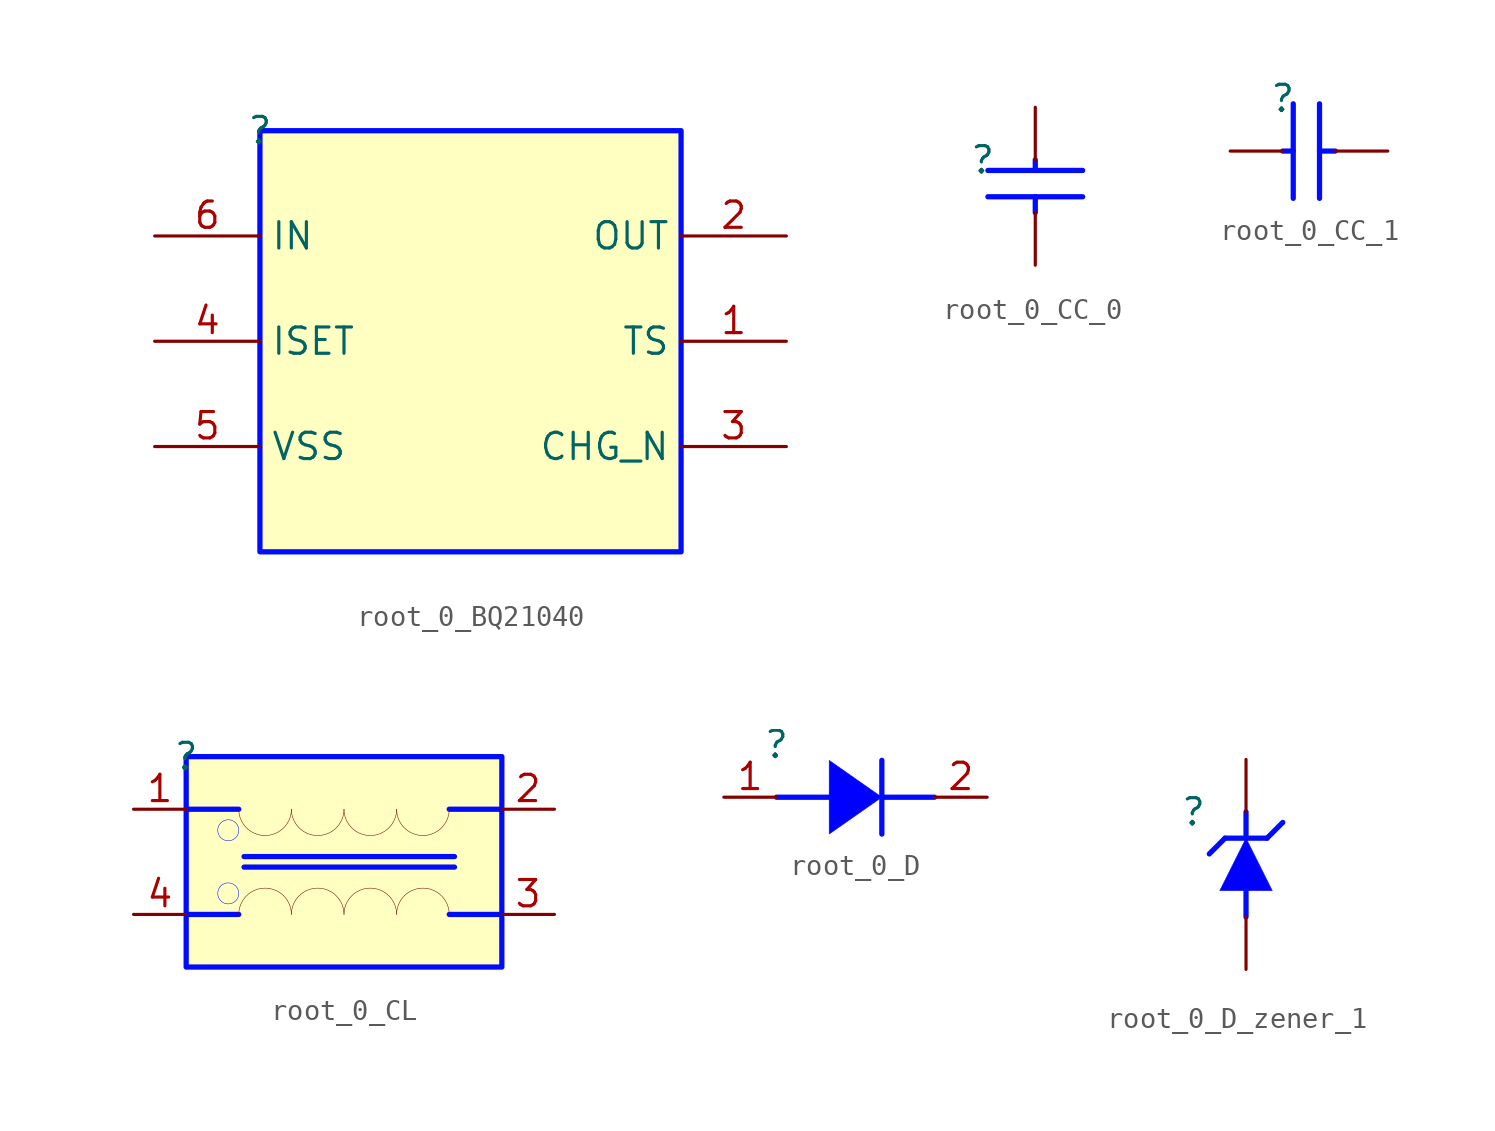
<source format=kicad_sym>
(kicad_symbol_lib
  (version 20231120)
  (generator "kicad_symbol_editor")
  (generator_version "8.0")
  (symbol "root_0_BQ21040"
    (property "Reference" ""
      (at 0 0 0)
      (effects (font (size 1.27 1.27))))
    (property "Value" ""
      (at 0 0 0)
      (effects (font (size 1.27 1.27))))
    (symbol "root_0_BQ21040_1_0"
      (rectangle (start 20.32 0) (end 0 -20.32) (stroke (width 0.254) (type solid) (color 0 11 255 1)) (fill (type background)))
      (pin input line (at 25.4 -10.16 180) (length 5.08) (name "TS" (effects (font (size 1.27 1.27)))) (number "1" (effects (font (size 1.27 1.27)))))
      (pin power_in line (at 25.4 -5.08 180) (length 5.08) (name "OUT" (effects (font (size 1.27 1.27)))) (number "2" (effects (font (size 1.27 1.27)))))
      (pin open_collector line (at 25.4 -15.24 180) (length 5.08) (name "CHG_N" (effects (font (size 1.27 1.27)))) (number "3" (effects (font (size 1.27 1.27)))))
      (pin input line (at -5.08 -10.16 0) (length 5.08) (name "ISET" (effects (font (size 1.27 1.27)))) (number "4" (effects (font (size 1.27 1.27)))))
      (pin power_in line (at -5.08 -15.24 0) (length 5.08) (name "VSS" (effects (font (size 1.27 1.27)))) (number "5" (effects (font (size 1.27 1.27)))))
      (pin power_in line (at -5.08 -5.08 0) (length 5.08) (name "IN" (effects (font (size 1.27 1.27)))) (number "6" (effects (font (size 1.27 1.27)))))))
  (symbol "root_0_CC_0"
    (property "Reference" ""
      (at 0 0 0)
      (effects (font (size 1.27 1.27))))
    (property "Value" ""
      (at 0 0 0)
      (effects (font (size 1.27 1.27))))
    (symbol "root_0_CC_0_1_0"
      (polyline (pts (xy 0.254 -1.778) (xy 4.826 -1.778)) (stroke (width 0.254) (type solid) (color 0 11 255 1)) (fill (type none)))
      (polyline (pts (xy 0.254 -0.508) (xy 4.826 -0.508)) (stroke (width 0.254) (type solid) (color 0 11 255 1)) (fill (type none)))
      (polyline (pts (xy 2.54 -2.54) (xy 2.54 -1.778)) (stroke (width 0.254) (type solid) (color 0 11 255 1)) (fill (type none)))
      (polyline (pts (xy 2.54 0) (xy 2.54 -0.508)) (stroke (width 0.254) (type solid) (color 0 11 255 1)) (fill (type none)))
      (pin passive line (at 2.54 2.54 270) (length 2.54) (name "1" (effects (font (size 0 0)))) (number "1" (effects (font (size 0 0)))))
      (pin passive line (at 2.54 -5.08 90) (length 2.54) (name "2" (effects (font (size 0 0)))) (number "2" (effects (font (size 0 0)))))))
  (symbol "root_0_CC_1"
    (property "Reference" ""
      (at 0 0 0)
      (effects (font (size 1.27 1.27))))
    (property "Value" ""
      (at 0 0 0)
      (effects (font (size 1.27 1.27))))
    (symbol "root_0_CC_1_1_0"
      (polyline (pts (xy 0 -2.54) (xy 0.508 -2.54)) (stroke (width 0.254) (type solid) (color 0 11 255 1)) (fill (type none)))
      (polyline (pts (xy 0.508 -0.254) (xy 0.508 -4.826)) (stroke (width 0.254) (type solid) (color 0 11 255 1)) (fill (type none)))
      (polyline (pts (xy 1.778 -0.254) (xy 1.778 -4.826)) (stroke (width 0.254) (type solid) (color 0 11 255 1)) (fill (type none)))
      (polyline (pts (xy 2.54 -2.54) (xy 1.778 -2.54)) (stroke (width 0.254) (type solid) (color 0 11 255 1)) (fill (type none)))
      (pin passive line (at -2.54 -2.54 0) (length 2.54) (name "1" (effects (font (size 0 0)))) (number "1" (effects (font (size 0 0)))))
      (pin passive line (at 5.08 -2.54 180) (length 2.54) (name "2" (effects (font (size 0 0)))) (number "2" (effects (font (size 0 0)))))))
  (symbol "root_0_CL"
    (property "Reference" ""
      (at 0 0 0)
      (effects (font (size 1.27 1.27))))
    (property "Value" ""
      (at 0 0 0)
      (effects (font (size 1.27 1.27))))
    (symbol "root_0_CL_1_0"
      (polyline (pts (xy 2.54 -7.62) (xy 0 -7.62)) (stroke (width 0.254) (type solid) (color 0 11 255 1)) (fill (type none)))
      (polyline (pts (xy 2.54 -2.54) (xy 0 -2.54)) (stroke (width 0.254) (type solid) (color 0 11 255 1)) (fill (type none)))
      (polyline (pts (xy 12.7 -7.62) (xy 15.24 -7.62)) (stroke (width 0.254) (type solid) (color 0 11 255 1)) (fill (type none)))
      (polyline (pts (xy 12.7 -2.54) (xy 15.24 -2.54)) (stroke (width 0.254) (type solid) (color 0 11 255 1)) (fill (type none)))
      (polyline (pts (xy 12.954 -5.334) (xy 2.794 -5.334)) (stroke (width 0.254) (type solid) (color 0 11 255 1)) (fill (type none)))
      (polyline (pts (xy 12.954 -4.826) (xy 2.794 -4.826)) (stroke (width 0.254) (type solid) (color 0 11 255 1)) (fill (type none)))
      (circle (center 2.032 -6.604) (radius 0.508) (stroke (width 0.025) (type solid) (color 0 11 255 1)) (fill (type color) (color 0 0 255 1)))
      (circle (center 2.032 -3.556) (radius 0.508) (stroke (width 0.025) (type solid) (color 0 11 255 1)) (fill (type color) (color 0 0 255 1)))
      (arc (start 2.54 -2.54) (mid 3.81 -3.81) (end 5.08 -2.54) (stroke (width 0.0254) (type solid)) (fill (type none)))
      (arc (start 5.08 -7.62) (mid 3.81 -6.35) (end 2.54 -7.62) (stroke (width 0.0254) (type solid)) (fill (type none)))
      (arc (start 5.08 -2.54) (mid 6.35 -3.81) (end 7.62 -2.54) (stroke (width 0.0254) (type solid)) (fill (type none)))
      (arc (start 7.62 -7.62) (mid 6.35 -6.35) (end 5.08 -7.62) (stroke (width 0.0254) (type solid)) (fill (type none)))
      (arc (start 7.62 -2.54) (mid 8.89 -3.81) (end 10.16 -2.54) (stroke (width 0.0254) (type solid)) (fill (type none)))
      (arc (start 10.16 -7.62) (mid 8.89 -6.35) (end 7.62 -7.62) (stroke (width 0.0254) (type solid)) (fill (type none)))
      (arc (start 10.16 -2.54) (mid 11.43 -3.81) (end 12.7 -2.54) (stroke (width 0.0254) (type solid)) (fill (type none)))
      (arc (start 12.7 -7.62) (mid 11.43 -6.35) (end 10.16 -7.62) (stroke (width 0.0254) (type solid)) (fill (type none)))
      (rectangle (start 15.24 0) (end 0 -10.16) (stroke (width 0.254) (type solid) (color 0 11 255 1)) (fill (type background)))
      (pin passive line (at -2.54 -2.54 0) (length 2.54) (name "1" (effects (font (size 0 0)))) (number "1" (effects (font (size 1.27 1.27)))))
      (pin passive line (at 17.78 -2.54 180) (length 2.54) (name "2" (effects (font (size 0 0)))) (number "2" (effects (font (size 1.27 1.27)))))
      (pin passive line (at 17.78 -7.62 180) (length 2.54) (name "3" (effects (font (size 0 0)))) (number "3" (effects (font (size 1.27 1.27)))))
      (pin passive line (at -2.54 -7.62 0) (length 2.54) (name "4" (effects (font (size 0 0)))) (number "4" (effects (font (size 1.27 1.27)))))))
  (symbol "root_0_D"
    (property "Reference" ""
      (at 0 0 0)
      (effects (font (size 1.27 1.27))))
    (property "Value" ""
      (at 0 0 0)
      (effects (font (size 1.27 1.27))))
    (symbol "root_0_D_1_0"
      (polyline (pts (xy 0 -2.54) (xy 2.54 -2.54)) (stroke (width 0.254) (type solid) (color 0 11 255 1)) (fill (type none)))
      (polyline (pts (xy 5.08 -2.54) (xy 7.62 -2.54)) (stroke (width 0.254) (type solid) (color 0 11 255 1)) (fill (type none)))
      (polyline (pts (xy 5.08 -0.762) (xy 5.08 -4.318)) (stroke (width 0.254) (type solid) (color 0 11 255 1)) (fill (type none)))
      (polyline (pts (xy 5.08 -2.54) (xy 5.08 -2.54) (xy 2.54 -4.318) (xy 2.54 -0.762) (xy 5.08 -2.54) (xy 5.08 -2.54)) (stroke (width 0.025) (type solid) (color 0 11 255 1)) (fill (type color) (color 0 0 255 1)))
      (pin passive line (at -2.54 -2.54 0) (length 2.54) (name "A" (effects (font (size 0 0)))) (number "1" (effects (font (size 1.27 1.27)))))
      (pin passive line (at 10.16 -2.54 180) (length 2.54) (name "C" (effects (font (size 0 0)))) (number "2" (effects (font (size 1.27 1.27)))))))
  (symbol "root_0_D_zener_1"
    (property "Reference" ""
      (at 0 0 0)
      (effects (font (size 1.27 1.27))))
    (property "Value" ""
      (at 0 0 0)
      (effects (font (size 1.27 1.27))))
    (symbol "root_0_D_zener_1_1_0"
      (polyline (pts (xy 1.524 -1.27) (xy 0.762 -2.032)) (stroke (width 0.254) (type solid) (color 0 11 255 1)) (fill (type none)))
      (polyline (pts (xy 1.524 -1.27) (xy 3.556 -1.27)) (stroke (width 0.254) (type solid) (color 0 11 255 1)) (fill (type none)))
      (polyline (pts (xy 2.54 -5.08) (xy 2.54 -3.81)) (stroke (width 0.254) (type solid) (color 0 11 255 1)) (fill (type none)))
      (polyline (pts (xy 2.54 -1.27) (xy 2.54 0)) (stroke (width 0.254) (type solid) (color 0 11 255 1)) (fill (type none)))
      (polyline (pts (xy 3.556 -1.27) (xy 4.318 -0.508)) (stroke (width 0.254) (type solid) (color 0 11 255 1)) (fill (type none)))
      (polyline (pts (xy 1.27 -3.81) (xy 3.81 -3.81) (xy 2.54 -1.27) (xy 1.27 -3.81) (xy 1.27 -3.81)) (stroke (width 0.025) (type solid) (color 0 11 255 1)) (fill (type color) (color 0 0 255 1)))
      (pin passive line (at 2.54 -7.62 90) (length 2.54) (name "Anode" (effects (font (size 0 0)))) (number "1" (effects (font (size 0 0)))))
      (pin passive line (at 2.54 2.54 270) (length 2.54) (name "Cathode" (effects (font (size 0 0)))) (number "2" (effects (font (size 0 0))))))))
</source>
